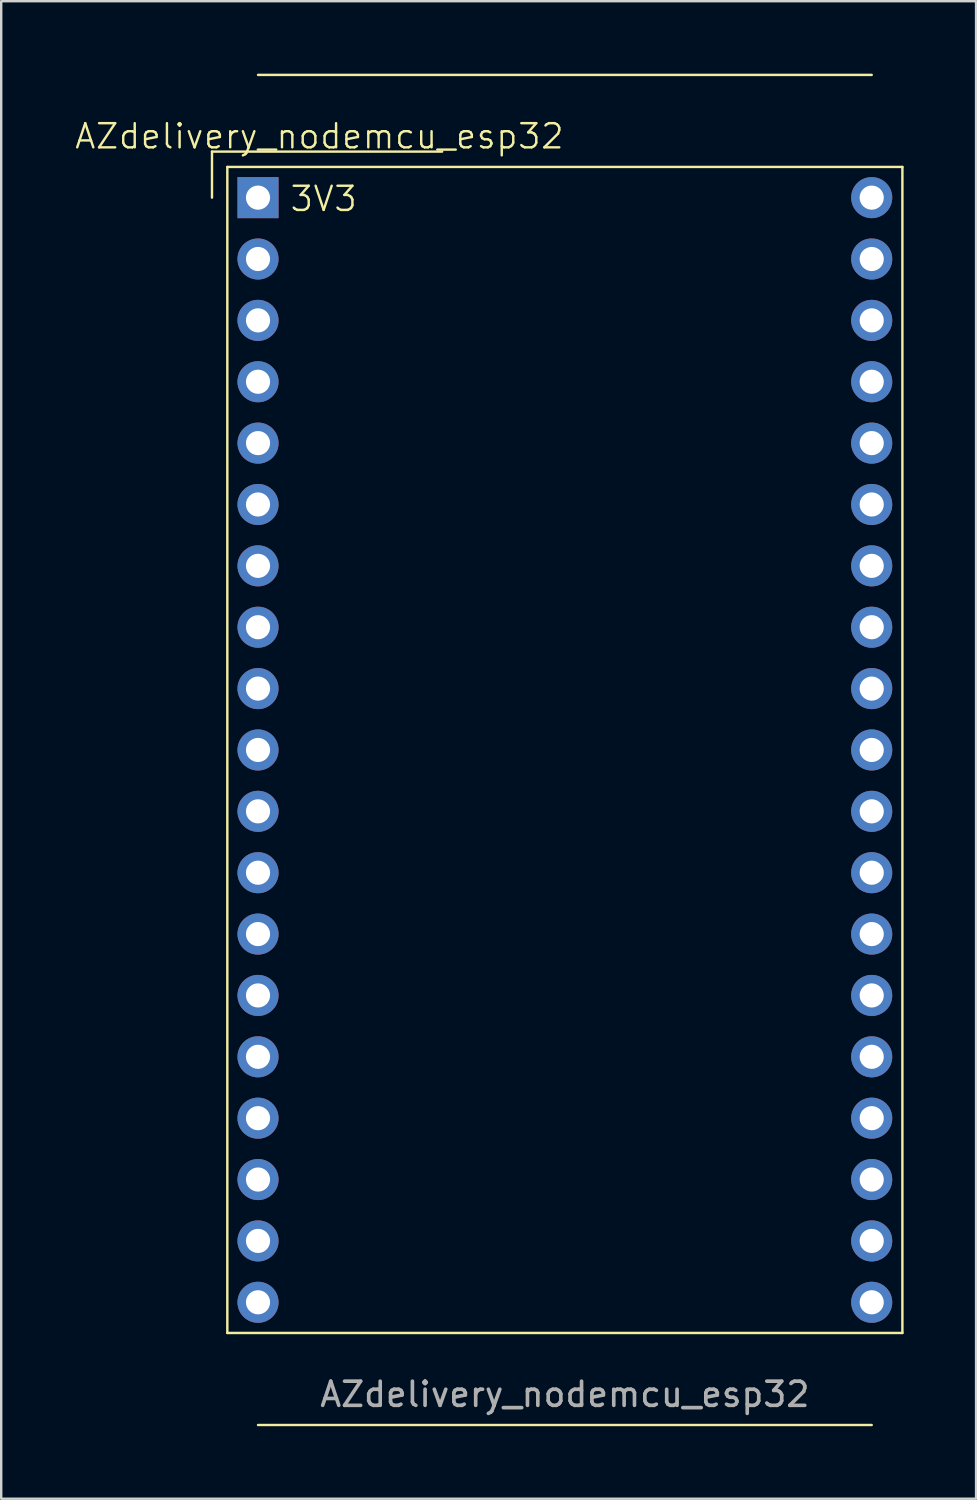
<source format=kicad_pcb>
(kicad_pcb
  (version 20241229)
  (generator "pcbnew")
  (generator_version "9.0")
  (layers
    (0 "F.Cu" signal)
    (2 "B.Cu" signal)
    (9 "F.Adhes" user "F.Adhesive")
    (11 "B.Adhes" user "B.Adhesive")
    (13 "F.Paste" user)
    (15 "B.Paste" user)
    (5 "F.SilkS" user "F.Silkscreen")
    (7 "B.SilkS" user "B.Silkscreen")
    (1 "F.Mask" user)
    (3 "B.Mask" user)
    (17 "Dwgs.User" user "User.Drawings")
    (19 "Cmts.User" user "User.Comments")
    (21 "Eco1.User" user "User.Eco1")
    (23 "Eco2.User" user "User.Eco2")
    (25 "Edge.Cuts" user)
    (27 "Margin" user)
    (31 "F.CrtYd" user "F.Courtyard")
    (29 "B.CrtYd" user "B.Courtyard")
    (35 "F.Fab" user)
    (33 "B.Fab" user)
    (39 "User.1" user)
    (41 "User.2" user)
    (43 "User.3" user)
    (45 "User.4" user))
  (footprint "AZdelivery_nodemcu_esp32"
    (layer "F.Cu")
    (at 20.329 25.45)
    (property "Reference" "AZdelivery_nodemcu_esp32" (at -10.16 -22.86 0) (unlocked yes) (layer "F.SilkS") (effects (font (size 1 1) (thickness 0.1))))
    (attr smd)
    (fp_line (start -14.605 -22.225) (end -14.605 -20.32) (stroke (width 0.1) (type default)) (layer "F.SilkS"))
    (fp_line (start -13.97 -21.59) (end -13.97 26.67) (stroke (width 0.1) (type default)) (layer "F.SilkS"))
    (fp_line (start -13.97 26.67) (end 13.97 26.67) (stroke (width 0.1) (type default)) (layer "F.SilkS"))
    (fp_line (start -5.08 -22.225) (end -14.605 -22.225) (stroke (width 0.1) (type default)) (layer "F.SilkS"))
    (fp_line (start 12.7 -25.4) (end -12.7 -25.4) (stroke (width 0.1) (type default)) (layer "F.SilkS"))
    (fp_line (start 12.7 30.48) (end -12.7 30.48) (stroke (width 0.1) (type default)) (layer "F.SilkS"))
    (fp_line (start 13.97 -21.59) (end -13.97 -21.59) (stroke (width 0.1) (type default)) (layer "F.SilkS"))
    (fp_line (start 13.97 26.67) (end 13.97 -21.59) (stroke (width 0.1) (type default)) (layer "F.SilkS"))
    (fp_text user "3V3" (at -11.43 -19.685 0) (unlocked yes) (layer "F.SilkS") (effects (font (size 1 1) (thickness 0.1)) (justify left bottom)))
    (fp_text user "${REFERENCE}" (at 0 29.21 0) (unlocked yes) (layer "F.Fab") (effects (font (size 1 1) (thickness 0.15))))
    (pad "1" thru_hole rect (at -12.7 -20.32) (size 1.7 1.7) (drill 1) (layers "*.Cu" "*.Mask"))
    (pad "2" thru_hole circle (at -12.7 -17.78) (size 1.7 1.7) (drill 1) (layers "*.Cu" "*.Mask"))
    (pad "3" thru_hole circle (at -12.7 -15.24) (size 1.7 1.7) (drill 1) (layers "*.Cu" "*.Mask"))
    (pad "4" thru_hole circle (at -12.7 -12.7) (size 1.7 1.7) (drill 1) (layers "*.Cu" "*.Mask"))
    (pad "5" thru_hole circle (at -12.7 -10.16) (size 1.7 1.7) (drill 1) (layers "*.Cu" "*.Mask"))
    (pad "6" thru_hole circle (at -12.7 -7.62) (size 1.7 1.7) (drill 1) (layers "*.Cu" "*.Mask"))
    (pad "7" thru_hole circle (at -12.7 -5.08) (size 1.7 1.7) (drill 1) (layers "*.Cu" "*.Mask"))
    (pad "8" thru_hole circle (at -12.7 -2.54) (size 1.7 1.7) (drill 1) (layers "*.Cu" "*.Mask"))
    (pad "9" thru_hole circle (at -12.7 0) (size 1.7 1.7) (drill 1) (layers "*.Cu" "*.Mask"))
    (pad "10" thru_hole circle (at -12.7 2.54) (size 1.7 1.7) (drill 1) (layers "*.Cu" "*.Mask"))
    (pad "11" thru_hole circle (at -12.7 5.08) (size 1.7 1.7) (drill 1) (layers "*.Cu" "*.Mask"))
    (pad "12" thru_hole circle (at -12.7 7.62) (size 1.7 1.7) (drill 1) (layers "*.Cu" "*.Mask"))
    (pad "13" thru_hole circle (at -12.7 10.16) (size 1.7 1.7) (drill 1) (layers "*.Cu" "*.Mask"))
    (pad "14" thru_hole circle (at -12.7 12.7) (size 1.7 1.7) (drill 1) (layers "*.Cu" "*.Mask"))
    (pad "15" thru_hole circle (at -12.7 15.24) (size 1.7 1.7) (drill 1) (layers "*.Cu" "*.Mask"))
    (pad "16" thru_hole circle (at -12.7 17.78) (size 1.7 1.7) (drill 1) (layers "*.Cu" "*.Mask"))
    (pad "17" thru_hole circle (at -12.7 20.32) (size 1.7 1.7) (drill 1) (layers "*.Cu" "*.Mask"))
    (pad "18" thru_hole circle (at -12.7 22.86) (size 1.7 1.7) (drill 1) (layers "*.Cu" "*.Mask"))
    (pad "19" thru_hole circle (at -12.7 25.4) (size 1.7 1.7) (drill 1) (layers "*.Cu" "*.Mask"))
    (pad "20" thru_hole circle (at 12.7 -20.32) (size 1.7 1.7) (drill 1) (layers "*.Cu" "*.Mask"))
    (pad "21" thru_hole circle (at 12.7 -17.78) (size 1.7 1.7) (drill 1) (layers "*.Cu" "*.Mask"))
    (pad "22" thru_hole circle (at 12.7 -15.24) (size 1.7 1.7) (drill 1) (layers "*.Cu" "*.Mask"))
    (pad "23" thru_hole circle (at 12.7 -12.7) (size 1.7 1.7) (drill 1) (layers "*.Cu" "*.Mask"))
    (pad "24" thru_hole circle (at 12.7 -10.16) (size 1.7 1.7) (drill 1) (layers "*.Cu" "*.Mask"))
    (pad "25" thru_hole circle (at 12.7 -7.62) (size 1.7 1.7) (drill 1) (layers "*.Cu" "*.Mask"))
    (pad "26" thru_hole circle (at 12.7 -5.08) (size 1.7 1.7) (drill 1) (layers "*.Cu" "*.Mask"))
    (pad "27" thru_hole circle (at 12.7 -2.54) (size 1.7 1.7) (drill 1) (layers "*.Cu" "*.Mask"))
    (pad "28" thru_hole circle (at 12.7 0) (size 1.7 1.7) (drill 1) (layers "*.Cu" "*.Mask"))
    (pad "29" thru_hole circle (at 12.7 2.54) (size 1.7 1.7) (drill 1) (layers "*.Cu" "*.Mask"))
    (pad "30" thru_hole circle (at 12.7 5.08) (size 1.7 1.7) (drill 1) (layers "*.Cu" "*.Mask"))
    (pad "31" thru_hole circle (at 12.7 7.62) (size 1.7 1.7) (drill 1) (layers "*.Cu" "*.Mask"))
    (pad "32" thru_hole circle (at 12.7 10.16) (size 1.7 1.7) (drill 1) (layers "*.Cu" "*.Mask"))
    (pad "33" thru_hole circle (at 12.7 12.7) (size 1.7 1.7) (drill 1) (layers "*.Cu" "*.Mask"))
    (pad "34" thru_hole circle (at 12.7 15.24) (size 1.7 1.7) (drill 1) (layers "*.Cu" "*.Mask"))
    (pad "35" thru_hole circle (at 12.7 17.78) (size 1.7 1.7) (drill 1) (layers "*.Cu" "*.Mask"))
    (pad "36" thru_hole circle (at 12.7 20.32) (size 1.7 1.7) (drill 1) (layers "*.Cu" "*.Mask"))
    (pad "37" thru_hole circle (at 12.7 22.86) (size 1.7 1.7) (drill 1) (layers "*.Cu" "*.Mask"))
    (pad "38" thru_hole circle (at 12.7 25.4) (size 1.7 1.7) (drill 1) (layers "*.Cu" "*.Mask")))
  (gr_rect
    (start -3 -3)
    (end 37.349 58.98)
    (stroke (width 0.1) (type default))
    (fill no)
    (layer "Edge.Cuts")))
</source>
